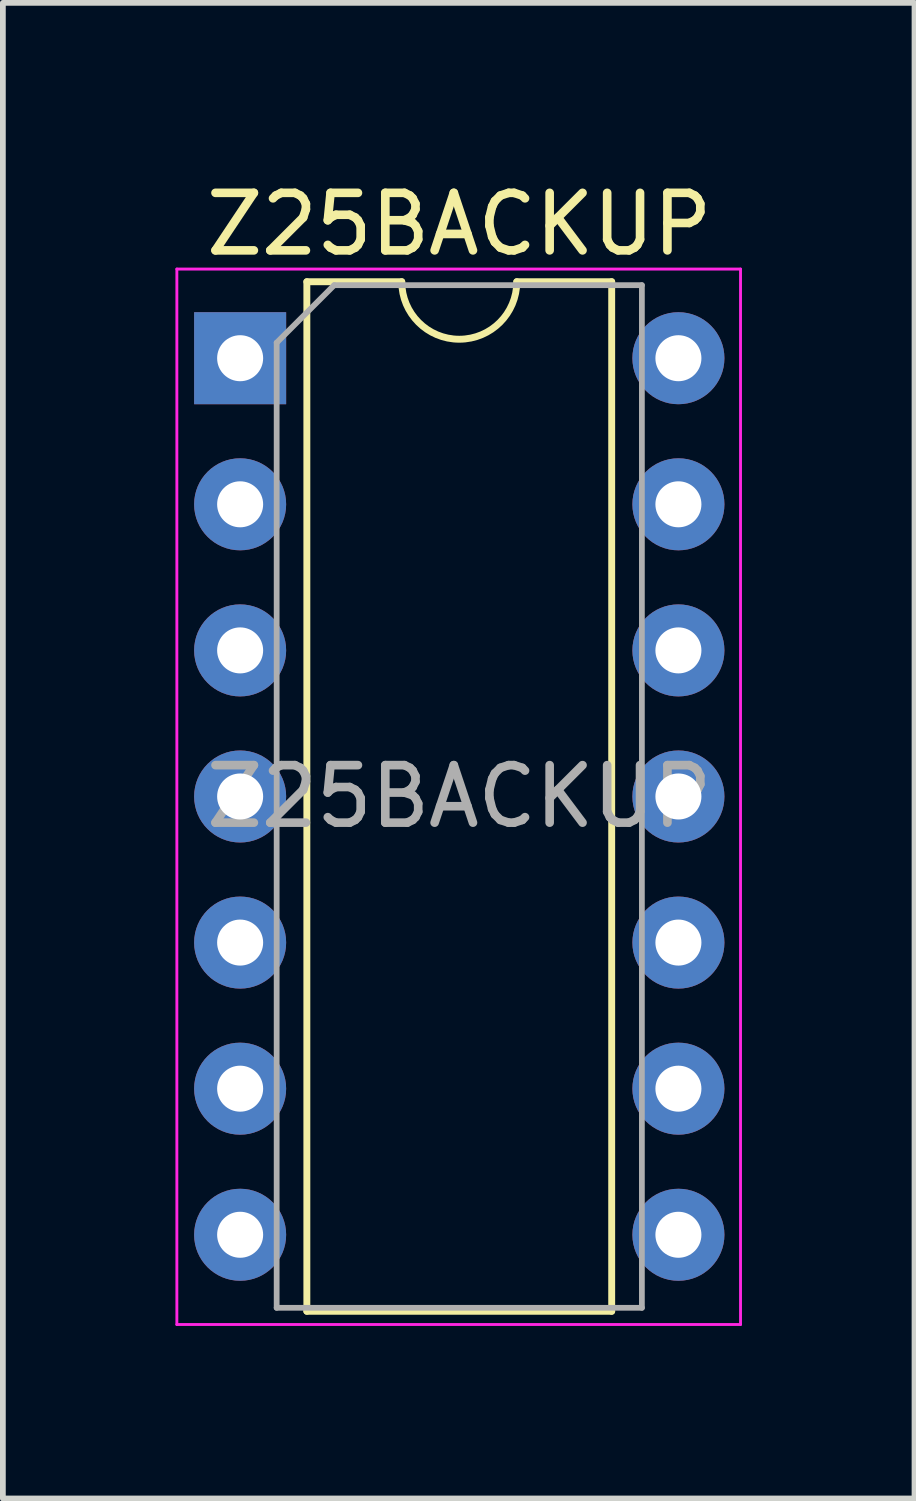
<source format=kicad_pcb>
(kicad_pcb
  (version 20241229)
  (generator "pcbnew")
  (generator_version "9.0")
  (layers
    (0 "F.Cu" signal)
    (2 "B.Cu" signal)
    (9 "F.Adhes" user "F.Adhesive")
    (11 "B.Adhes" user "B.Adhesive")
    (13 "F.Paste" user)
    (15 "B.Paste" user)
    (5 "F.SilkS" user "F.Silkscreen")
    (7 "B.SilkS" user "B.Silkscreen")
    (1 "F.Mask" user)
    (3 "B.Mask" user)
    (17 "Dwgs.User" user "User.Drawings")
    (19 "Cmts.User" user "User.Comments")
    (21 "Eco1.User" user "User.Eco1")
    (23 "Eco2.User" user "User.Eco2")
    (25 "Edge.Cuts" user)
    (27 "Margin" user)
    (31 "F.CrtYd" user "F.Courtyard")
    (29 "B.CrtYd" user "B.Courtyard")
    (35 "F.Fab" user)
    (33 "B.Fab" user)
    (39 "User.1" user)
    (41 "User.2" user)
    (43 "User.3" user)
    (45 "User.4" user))
  (footprint "Z25BACKUP"
    (layer "F.Cu")
    (at 1.125 3.178)
    (property "Reference" "Z25BACKUP" (at 3.81 -2.33 0) (layer "F.SilkS") (effects (font (size 1 1) (thickness 0.15))))
    (attr through_hole)
    (fp_line (start 1.16 -1.33) (end 1.16 16.57) (stroke (width 0.12) (type solid)) (layer "F.SilkS"))
    (fp_line (start 1.16 16.57) (end 6.46 16.57) (stroke (width 0.12) (type solid)) (layer "F.SilkS"))
    (fp_line (start 2.81 -1.33) (end 1.16 -1.33) (stroke (width 0.12) (type solid)) (layer "F.SilkS"))
    (fp_line (start 6.46 -1.33) (end 4.81 -1.33) (stroke (width 0.12) (type solid)) (layer "F.SilkS"))
    (fp_line (start 6.46 16.57) (end 6.46 -1.33) (stroke (width 0.12) (type solid)) (layer "F.SilkS"))
    (fp_arc (start 4.81 -1.33) (mid 3.81 -0.33) (end 2.81 -1.33) (stroke (width 0.12) (type solid)) (layer "F.SilkS"))
    (fp_line (start -1.1 -1.55) (end -1.1 16.8) (stroke (width 0.05) (type solid)) (layer "F.CrtYd"))
    (fp_line (start -1.1 16.8) (end 8.7 16.8) (stroke (width 0.05) (type solid)) (layer "F.CrtYd"))
    (fp_line (start 8.7 -1.55) (end -1.1 -1.55) (stroke (width 0.05) (type solid)) (layer "F.CrtYd"))
    (fp_line (start 8.7 16.8) (end 8.7 -1.55) (stroke (width 0.05) (type solid)) (layer "F.CrtYd"))
    (fp_line (start 0.635 -0.27) (end 1.635 -1.27) (stroke (width 0.1) (type solid)) (layer "F.Fab"))
    (fp_line (start 0.635 16.51) (end 0.635 -0.27) (stroke (width 0.1) (type solid)) (layer "F.Fab"))
    (fp_line (start 1.635 -1.27) (end 6.985 -1.27) (stroke (width 0.1) (type solid)) (layer "F.Fab"))
    (fp_line (start 6.985 -1.27) (end 6.985 16.51) (stroke (width 0.1) (type solid)) (layer "F.Fab"))
    (fp_line (start 6.985 16.51) (end 0.635 16.51) (stroke (width 0.1) (type solid)) (layer "F.Fab"))
    (fp_text user "${REFERENCE}" (at 3.81 7.62 0) (layer "F.Fab") (effects (font (size 1 1) (thickness 0.15))))
    (pad "1" thru_hole rect (at 0 0) (size 1.6 1.6) (drill 0.8) (layers "*.Cu" "*.Mask"))
    (pad "2" thru_hole oval (at 0 2.54) (size 1.6 1.6) (drill 0.8) (layers "*.Cu" "*.Mask"))
    (pad "3" thru_hole oval (at 0 5.08) (size 1.6 1.6) (drill 0.8) (layers "*.Cu" "*.Mask"))
    (pad "4" thru_hole oval (at 0 7.62) (size 1.6 1.6) (drill 0.8) (layers "*.Cu" "*.Mask"))
    (pad "5" thru_hole oval (at 0 10.16) (size 1.6 1.6) (drill 0.8) (layers "*.Cu" "*.Mask"))
    (pad "6" thru_hole oval (at 0 12.7) (size 1.6 1.6) (drill 0.8) (layers "*.Cu" "*.Mask"))
    (pad "7" thru_hole oval (at 0 15.24) (size 1.6 1.6) (drill 0.8) (layers "*.Cu" "*.Mask"))
    (pad "8" thru_hole oval (at 7.62 15.24) (size 1.6 1.6) (drill 0.8) (layers "*.Cu" "*.Mask"))
    (pad "9" thru_hole oval (at 7.62 12.7) (size 1.6 1.6) (drill 0.8) (layers "*.Cu" "*.Mask"))
    (pad "10" thru_hole oval (at 7.62 10.16) (size 1.6 1.6) (drill 0.8) (layers "*.Cu" "*.Mask"))
    (pad "11" thru_hole oval (at 7.62 7.62) (size 1.6 1.6) (drill 0.8) (layers "*.Cu" "*.Mask"))
    (pad "12" thru_hole oval (at 7.62 5.08) (size 1.6 1.6) (drill 0.8) (layers "*.Cu" "*.Mask"))
    (pad "13" thru_hole oval (at 7.62 2.54) (size 1.6 1.6) (drill 0.8) (layers "*.Cu" "*.Mask"))
    (pad "14" thru_hole oval (at 7.62 0) (size 1.6 1.6) (drill 0.8) (layers "*.Cu" "*.Mask")))
  (gr_rect
    (start -3 -3)
    (end 12.85 23.003)
    (stroke (width 0.1) (type default))
    (fill no)
    (layer "Edge.Cuts")))
</source>
